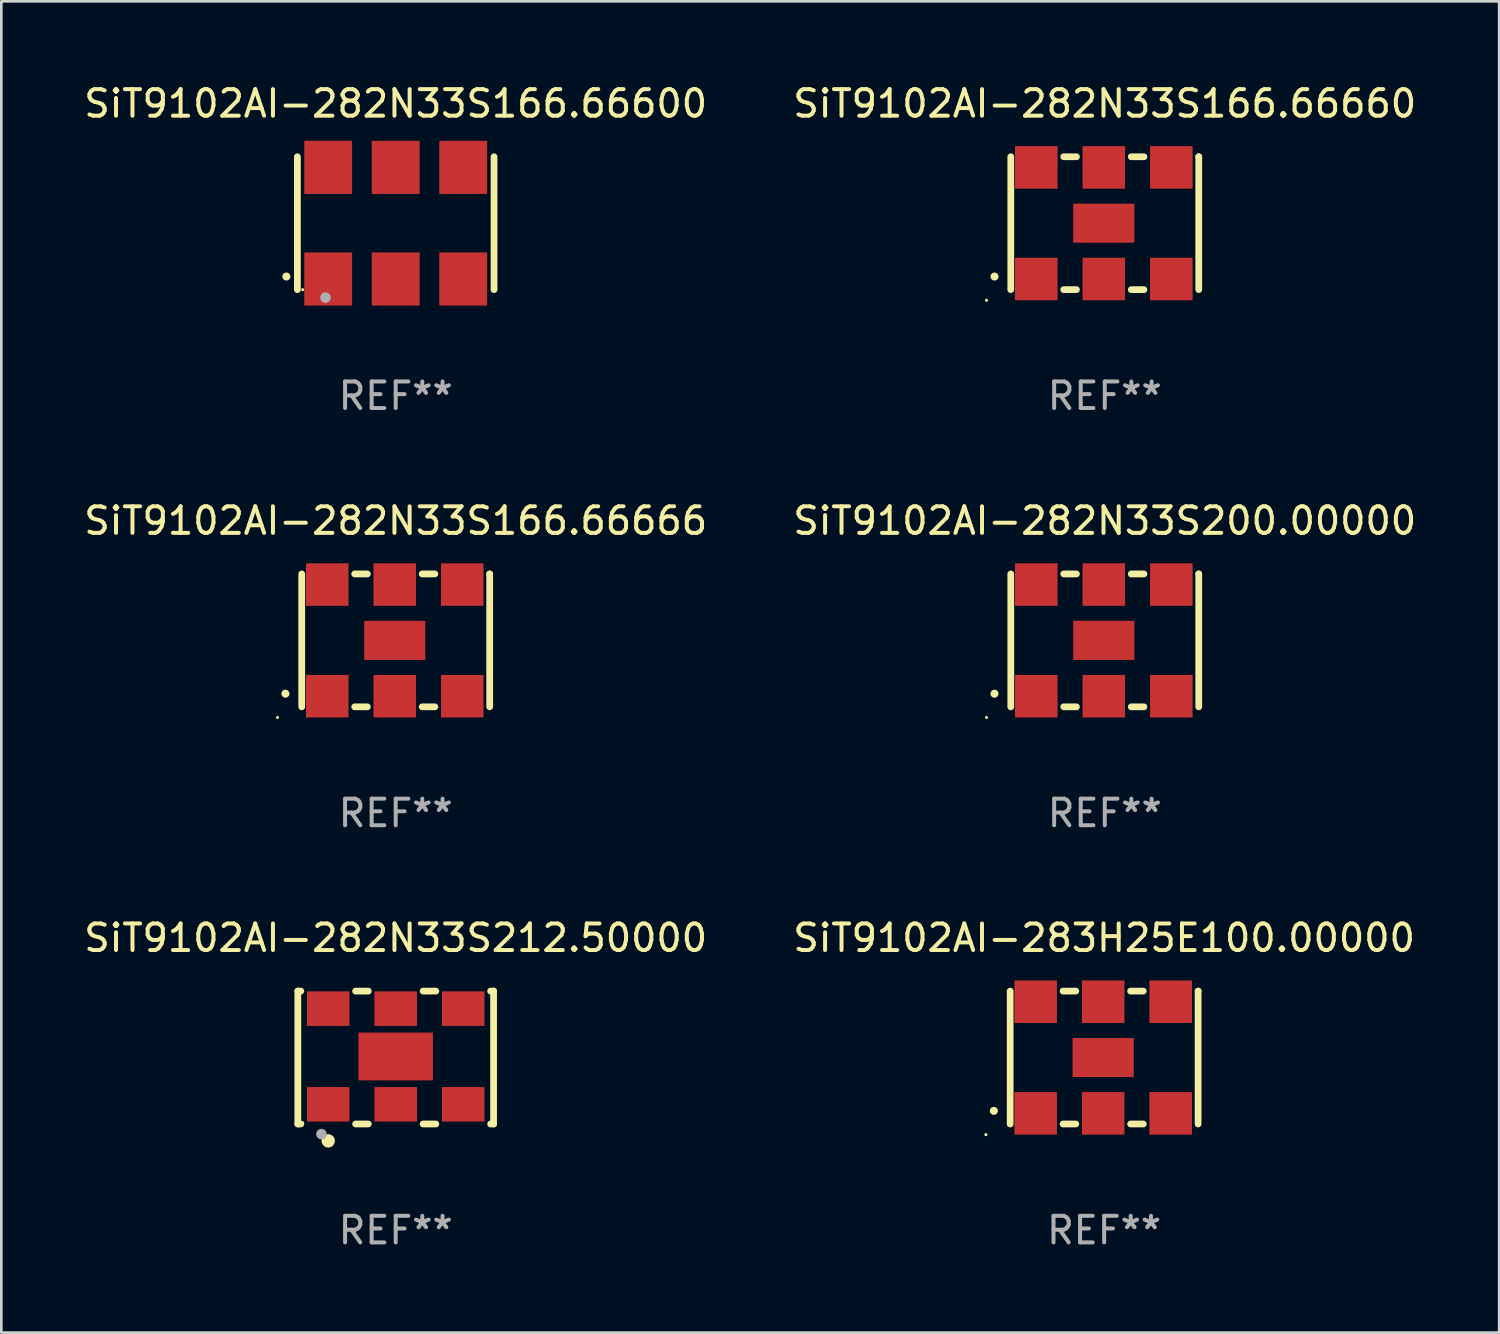
<source format=kicad_pcb>
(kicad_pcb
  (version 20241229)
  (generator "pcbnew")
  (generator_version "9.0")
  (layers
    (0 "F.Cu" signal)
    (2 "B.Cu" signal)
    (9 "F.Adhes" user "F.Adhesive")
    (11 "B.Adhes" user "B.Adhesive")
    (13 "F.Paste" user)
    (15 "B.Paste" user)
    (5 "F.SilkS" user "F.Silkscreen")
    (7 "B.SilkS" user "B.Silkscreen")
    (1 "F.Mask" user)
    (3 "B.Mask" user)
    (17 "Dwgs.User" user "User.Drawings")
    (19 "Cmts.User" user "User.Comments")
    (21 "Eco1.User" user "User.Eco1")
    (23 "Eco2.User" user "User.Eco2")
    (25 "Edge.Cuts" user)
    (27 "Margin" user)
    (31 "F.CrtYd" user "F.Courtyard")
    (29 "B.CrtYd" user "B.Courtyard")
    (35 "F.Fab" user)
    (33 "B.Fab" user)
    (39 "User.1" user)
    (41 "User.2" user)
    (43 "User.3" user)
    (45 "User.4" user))
  (footprint "SiT9102AI-282N33S166.66600"
    (layer "F.Cu")
    (at 11.839 5.348)
    (property "Reference" "SiT9102AI-282N33S166.66600" (at 0 -4.5 0) (layer "F.SilkS") (effects (font (size 1 1) (thickness 0.15))))
    (attr through_hole)
    (fp_line (start -3.7 -2.5) (end -3.7 2.5) (stroke (width 0.254) (type solid)) (layer "F.SilkS"))
    (fp_line (start 3.7 -2.5) (end 3.7 2.5) (stroke (width 0.254) (type solid)) (layer "F.SilkS"))
    (fp_arc (start -4.114415 2.006604) (mid -4.113145 2.006599) (end -4.111875 2.006604) (stroke (width 0.3) (type solid)) (layer "F.SilkS"))
    (fp_circle (center -3.5 2.501) (end -3.47 2.501) (stroke (width 0.06) (type solid)) (fill no) (layer "F.SilkS"))
    (fp_circle (center -2.641 2.799) (end -2.541 2.799) (stroke (width 0.2) (type solid)) (fill no) (layer "F.Fab"))
    (fp_text user "REF**" (at 0 6.5 0) (layer "F.Fab") (effects (font (size 1 1) (thickness 0.15))))
    (pad "1" smd rect (at -2.54 2.1) (size 1.8 2) (layers "F.Cu" "F.Mask" "F.Paste"))
    (pad "2" smd rect (at 0.000394 2.1) (size 1.8 2) (layers "F.Cu" "F.Mask" "F.Paste"))
    (pad "3" smd rect (at 2.54 2.1) (size 1.8 2) (layers "F.Cu" "F.Mask" "F.Paste"))
    (pad "4" smd rect (at 2.54 -2.1) (size 1.8 2) (layers "F.Cu" "F.Mask" "F.Paste"))
    (pad "5" smd rect (at 0.000394 -2.1) (size 1.8 2) (layers "F.Cu" "F.Mask" "F.Paste"))
    (pad "6" smd rect (at -2.54 -2.1) (size 1.8 2) (layers "F.Cu" "F.Mask" "F.Paste")))
  (footprint "SiT9102AI-282N33S200.00000"
    (layer "F.Cu")
    (at 38.518 21.045)
    (property "Reference" "SiT9102AI-282N33S200.00000" (at 0 -4.5 0) (layer "F.SilkS") (effects (font (size 1 1) (thickness 0.15))))
    (attr through_hole)
    (fp_line (start -3.536 -2.5) (end -3.536 2.5) (stroke (width 0.254) (type solid)) (layer "F.SilkS"))
    (fp_line (start -1.544 2.5) (end -1.067 2.5) (stroke (width 0.254) (type solid)) (layer "F.SilkS"))
    (fp_line (start -1.067 -2.5) (end -1.544 -2.5) (stroke (width 0.254) (type solid)) (layer "F.SilkS"))
    (fp_line (start 0.996 2.5) (end 1.473 2.5) (stroke (width 0.254) (type solid)) (layer "F.SilkS"))
    (fp_line (start 1.473 -2.5) (end 0.996 -2.5) (stroke (width 0.254) (type solid)) (layer "F.SilkS"))
    (fp_line (start 3.536 -2.5) (end 3.536 -2.5) (stroke (width 0.254) (type solid)) (layer "F.SilkS"))
    (fp_line (start 3.536 2.5) (end 3.536 -2.5) (stroke (width 0.254) (type solid)) (layer "F.SilkS"))
    (fp_arc (start -4.150432 2.006604) (mid -4.149162 2.006599) (end -4.147892 2.006604) (stroke (width 0.3) (type solid)) (layer "F.SilkS"))
    (fp_circle (center -4.449 2.9) (end -4.419 2.9) (stroke (width 0.06) (type solid)) (fill no) (layer "F.SilkS"))
    (fp_text user "REF**" (at 0 6.5 0) (layer "F.Fab") (effects (font (size 1 1) (thickness 0.15))))
    (pad "1" smd rect (at -2.576 2.1) (size 1.6 1.6) (layers "F.Cu" "F.Mask" "F.Paste"))
    (pad "2" smd rect (at -0.036 2.1) (size 1.6 1.6) (layers "F.Cu" "F.Mask" "F.Paste"))
    (pad "3" smd rect (at 2.504 2.1) (size 1.6 1.6) (layers "F.Cu" "F.Mask" "F.Paste"))
    (pad "4" smd rect (at 2.504 -2.1) (size 1.6 1.6) (layers "F.Cu" "F.Mask" "F.Paste"))
    (pad "5" smd rect (at -0.036 -2.1) (size 1.6 1.6) (layers "F.Cu" "F.Mask" "F.Paste"))
    (pad "6" smd rect (at -2.576 -2.1) (size 1.6 1.6) (layers "F.Cu" "F.Mask" "F.Paste"))
    (pad "7" smd rect (at -0.036 0) (size 2.3 1.47) (layers "F.Cu" "F.Mask" "F.Paste")))
  (footprint "SiT9102AI-282N33S166.66660"
    (layer "F.Cu")
    (at 38.518 5.348)
    (property "Reference" "SiT9102AI-282N33S166.66660" (at 0 -4.5 0) (layer "F.SilkS") (effects (font (size 1 1) (thickness 0.15))))
    (attr through_hole)
    (fp_line (start -3.536 -2.5) (end -3.536 2.5) (stroke (width 0.254) (type solid)) (layer "F.SilkS"))
    (fp_line (start -1.544 2.5) (end -1.067 2.5) (stroke (width 0.254) (type solid)) (layer "F.SilkS"))
    (fp_line (start -1.067 -2.5) (end -1.544 -2.5) (stroke (width 0.254) (type solid)) (layer "F.SilkS"))
    (fp_line (start 0.996 2.5) (end 1.473 2.5) (stroke (width 0.254) (type solid)) (layer "F.SilkS"))
    (fp_line (start 1.473 -2.5) (end 0.996 -2.5) (stroke (width 0.254) (type solid)) (layer "F.SilkS"))
    (fp_line (start 3.536 -2.5) (end 3.536 -2.5) (stroke (width 0.254) (type solid)) (layer "F.SilkS"))
    (fp_line (start 3.536 2.5) (end 3.536 -2.5) (stroke (width 0.254) (type solid)) (layer "F.SilkS"))
    (fp_arc (start -4.150432 2.006604) (mid -4.149162 2.006599) (end -4.147892 2.006604) (stroke (width 0.3) (type solid)) (layer "F.SilkS"))
    (fp_circle (center -4.449 2.9) (end -4.419 2.9) (stroke (width 0.06) (type solid)) (fill no) (layer "F.SilkS"))
    (fp_text user "REF**" (at 0 6.5 0) (layer "F.Fab") (effects (font (size 1 1) (thickness 0.15))))
    (pad "1" smd rect (at -2.576 2.1) (size 1.6 1.6) (layers "F.Cu" "F.Mask" "F.Paste"))
    (pad "2" smd rect (at -0.036 2.1) (size 1.6 1.6) (layers "F.Cu" "F.Mask" "F.Paste"))
    (pad "3" smd rect (at 2.504 2.1) (size 1.6 1.6) (layers "F.Cu" "F.Mask" "F.Paste"))
    (pad "4" smd rect (at 2.504 -2.1) (size 1.6 1.6) (layers "F.Cu" "F.Mask" "F.Paste"))
    (pad "5" smd rect (at -0.036 -2.1) (size 1.6 1.6) (layers "F.Cu" "F.Mask" "F.Paste"))
    (pad "6" smd rect (at -2.576 -2.1) (size 1.6 1.6) (layers "F.Cu" "F.Mask" "F.Paste"))
    (pad "7" smd rect (at -0.036 0) (size 2.3 1.47) (layers "F.Cu" "F.Mask" "F.Paste")))
  (footprint "SiT9102AI-282N33S212.50000"
    (layer "F.Cu")
    (at 11.839 36.741)
    (property "Reference" "SiT9102AI-282N33S212.50000" (at 0 -4.5 0) (layer "F.SilkS") (effects (font (size 1 1) (thickness 0.15))))
    (attr through_hole)
    (fp_line (start -3.683 -2.5) (end -3.571 -2.5) (stroke (width 0.254) (type solid)) (layer "F.SilkS"))
    (fp_line (start -3.683 2.5) (end -3.683 -2.5) (stroke (width 0.254) (type solid)) (layer "F.SilkS"))
    (fp_line (start -3.683 2.5) (end -3.571 2.5) (stroke (width 0.254) (type solid)) (layer "F.SilkS"))
    (fp_line (start -1.509 -2.5) (end -1.031 -2.5) (stroke (width 0.254) (type solid)) (layer "F.SilkS"))
    (fp_line (start -1.509 2.5) (end -1.031 2.5) (stroke (width 0.254) (type solid)) (layer "F.SilkS"))
    (fp_line (start 1.031 -2.5) (end 1.509 -2.5) (stroke (width 0.254) (type solid)) (layer "F.SilkS"))
    (fp_line (start 1.031 2.5) (end 1.509 2.5) (stroke (width 0.254) (type solid)) (layer "F.SilkS"))
    (fp_line (start 3.571 -2.5) (end 3.683 -2.5) (stroke (width 0.254) (type solid)) (layer "F.SilkS"))
    (fp_line (start 3.571 2.5) (end 3.683 2.5) (stroke (width 0.254) (type solid)) (layer "F.SilkS"))
    (fp_line (start 3.683 2.5) (end 3.683 -2.5) (stroke (width 0.254) (type solid)) (layer "F.SilkS"))
    (fp_circle (center -3.5 2.46) (end -3.47 2.46) (stroke (width 0.06) (type solid)) (fill no) (layer "F.SilkS"))
    (fp_circle (center -2.54 3.135) (end -2.413 3.135) (stroke (width 0.254) (type solid)) (fill no) (layer "F.SilkS"))
    (fp_circle (center -2.794 2.881) (end -2.694 2.881) (stroke (width 0.2) (type solid)) (fill no) (layer "F.Fab"))
    (fp_text user "REF**" (at 0 6.5 0) (layer "F.Fab") (effects (font (size 1 1) (thickness 0.15))))
    (pad "1" smd rect (at -2.54 1.76) (size 1.6 1.3) (layers "F.Cu" "F.Mask" "F.Paste"))
    (pad "2" smd rect (at 0 1.76) (size 1.6 1.3) (layers "F.Cu" "F.Mask" "F.Paste"))
    (pad "3" smd rect (at 2.54 1.76) (size 1.6 1.3) (layers "F.Cu" "F.Mask" "F.Paste"))
    (pad "4" smd rect (at 2.54 -1.84) (size 1.6 1.3) (layers "F.Cu" "F.Mask" "F.Paste"))
    (pad "5" smd rect (at 0 -1.84) (size 1.6 1.3) (layers "F.Cu" "F.Mask" "F.Paste"))
    (pad "6" smd rect (at -2.54 -1.84) (size 1.6 1.3) (layers "F.Cu" "F.Mask" "F.Paste"))
    (pad "7" smd rect (at 0 -0.04) (size 2.8 1.8) (layers "F.Cu" "F.Mask" "F.Paste")))
  (footprint "SiT9102AI-283H25E100.00000"
    (layer "F.Cu")
    (at 38.494 36.741)
    (property "Reference" "SiT9102AI-283H25E100.00000" (at 0 -4.5 0) (layer "F.SilkS") (effects (font (size 1 1) (thickness 0.15))))
    (attr through_hole)
    (fp_line (start -3.536 -2.5) (end -3.536 2.5) (stroke (width 0.254) (type solid)) (layer "F.SilkS"))
    (fp_line (start -1.544 2.5) (end -1.067 2.5) (stroke (width 0.254) (type solid)) (layer "F.SilkS"))
    (fp_line (start -1.067 -2.5) (end -1.544 -2.5) (stroke (width 0.254) (type solid)) (layer "F.SilkS"))
    (fp_line (start 0.996 2.5) (end 1.473 2.5) (stroke (width 0.254) (type solid)) (layer "F.SilkS"))
    (fp_line (start 1.473 -2.5) (end 0.996 -2.5) (stroke (width 0.254) (type solid)) (layer "F.SilkS"))
    (fp_line (start 3.536 -2.5) (end 3.536 -2.5) (stroke (width 0.254) (type solid)) (layer "F.SilkS"))
    (fp_line (start 3.536 2.5) (end 3.536 -2.5) (stroke (width 0.254) (type solid)) (layer "F.SilkS"))
    (fp_arc (start -4.150432 2.006604) (mid -4.149162 2.006599) (end -4.147892 2.006604) (stroke (width 0.3) (type solid)) (layer "F.SilkS"))
    (fp_circle (center -4.449 2.9) (end -4.419 2.9) (stroke (width 0.06) (type solid)) (fill no) (layer "F.SilkS"))
    (fp_text user "REF**" (at 0 6.5 0) (layer "F.Fab") (effects (font (size 1 1) (thickness 0.15))))
    (pad "1" smd rect (at -2.576 2.1) (size 1.6 1.6) (layers "F.Cu" "F.Mask" "F.Paste"))
    (pad "2" smd rect (at -0.036 2.1) (size 1.6 1.6) (layers "F.Cu" "F.Mask" "F.Paste"))
    (pad "3" smd rect (at 2.504 2.1) (size 1.6 1.6) (layers "F.Cu" "F.Mask" "F.Paste"))
    (pad "4" smd rect (at 2.504 -2.1) (size 1.6 1.6) (layers "F.Cu" "F.Mask" "F.Paste"))
    (pad "5" smd rect (at -0.036 -2.1) (size 1.6 1.6) (layers "F.Cu" "F.Mask" "F.Paste"))
    (pad "6" smd rect (at -2.576 -2.1) (size 1.6 1.6) (layers "F.Cu" "F.Mask" "F.Paste"))
    (pad "7" smd rect (at -0.036 0) (size 2.3 1.47) (layers "F.Cu" "F.Mask" "F.Paste")))
  (footprint "SiT9102AI-282N33S166.66666"
    (layer "F.Cu")
    (at 11.839 21.045)
    (property "Reference" "SiT9102AI-282N33S166.66666" (at 0 -4.5 0) (layer "F.SilkS") (effects (font (size 1 1) (thickness 0.15))))
    (attr through_hole)
    (fp_line (start -3.536 -2.5) (end -3.536 2.5) (stroke (width 0.254) (type solid)) (layer "F.SilkS"))
    (fp_line (start -1.544 2.5) (end -1.067 2.5) (stroke (width 0.254) (type solid)) (layer "F.SilkS"))
    (fp_line (start -1.067 -2.5) (end -1.544 -2.5) (stroke (width 0.254) (type solid)) (layer "F.SilkS"))
    (fp_line (start 0.996 2.5) (end 1.473 2.5) (stroke (width 0.254) (type solid)) (layer "F.SilkS"))
    (fp_line (start 1.473 -2.5) (end 0.996 -2.5) (stroke (width 0.254) (type solid)) (layer "F.SilkS"))
    (fp_line (start 3.536 -2.5) (end 3.536 -2.5) (stroke (width 0.254) (type solid)) (layer "F.SilkS"))
    (fp_line (start 3.536 2.5) (end 3.536 -2.5) (stroke (width 0.254) (type solid)) (layer "F.SilkS"))
    (fp_arc (start -4.150432 2.006604) (mid -4.149162 2.006599) (end -4.147892 2.006604) (stroke (width 0.3) (type solid)) (layer "F.SilkS"))
    (fp_circle (center -4.449 2.9) (end -4.419 2.9) (stroke (width 0.06) (type solid)) (fill no) (layer "F.SilkS"))
    (fp_text user "REF**" (at 0 6.5 0) (layer "F.Fab") (effects (font (size 1 1) (thickness 0.15))))
    (pad "1" smd rect (at -2.576 2.1) (size 1.6 1.6) (layers "F.Cu" "F.Mask" "F.Paste"))
    (pad "2" smd rect (at -0.036 2.1) (size 1.6 1.6) (layers "F.Cu" "F.Mask" "F.Paste"))
    (pad "3" smd rect (at 2.504 2.1) (size 1.6 1.6) (layers "F.Cu" "F.Mask" "F.Paste"))
    (pad "4" smd rect (at 2.504 -2.1) (size 1.6 1.6) (layers "F.Cu" "F.Mask" "F.Paste"))
    (pad "5" smd rect (at -0.036 -2.1) (size 1.6 1.6) (layers "F.Cu" "F.Mask" "F.Paste"))
    (pad "6" smd rect (at -2.576 -2.1) (size 1.6 1.6) (layers "F.Cu" "F.Mask" "F.Paste"))
    (pad "7" smd rect (at -0.036 0) (size 2.3 1.47) (layers "F.Cu" "F.Mask" "F.Paste")))
  (gr_rect
    (start -3 -3)
    (end 53.357 47.09)
    (stroke (width 0.1) (type default))
    (fill no)
    (layer "Edge.Cuts")))
</source>
